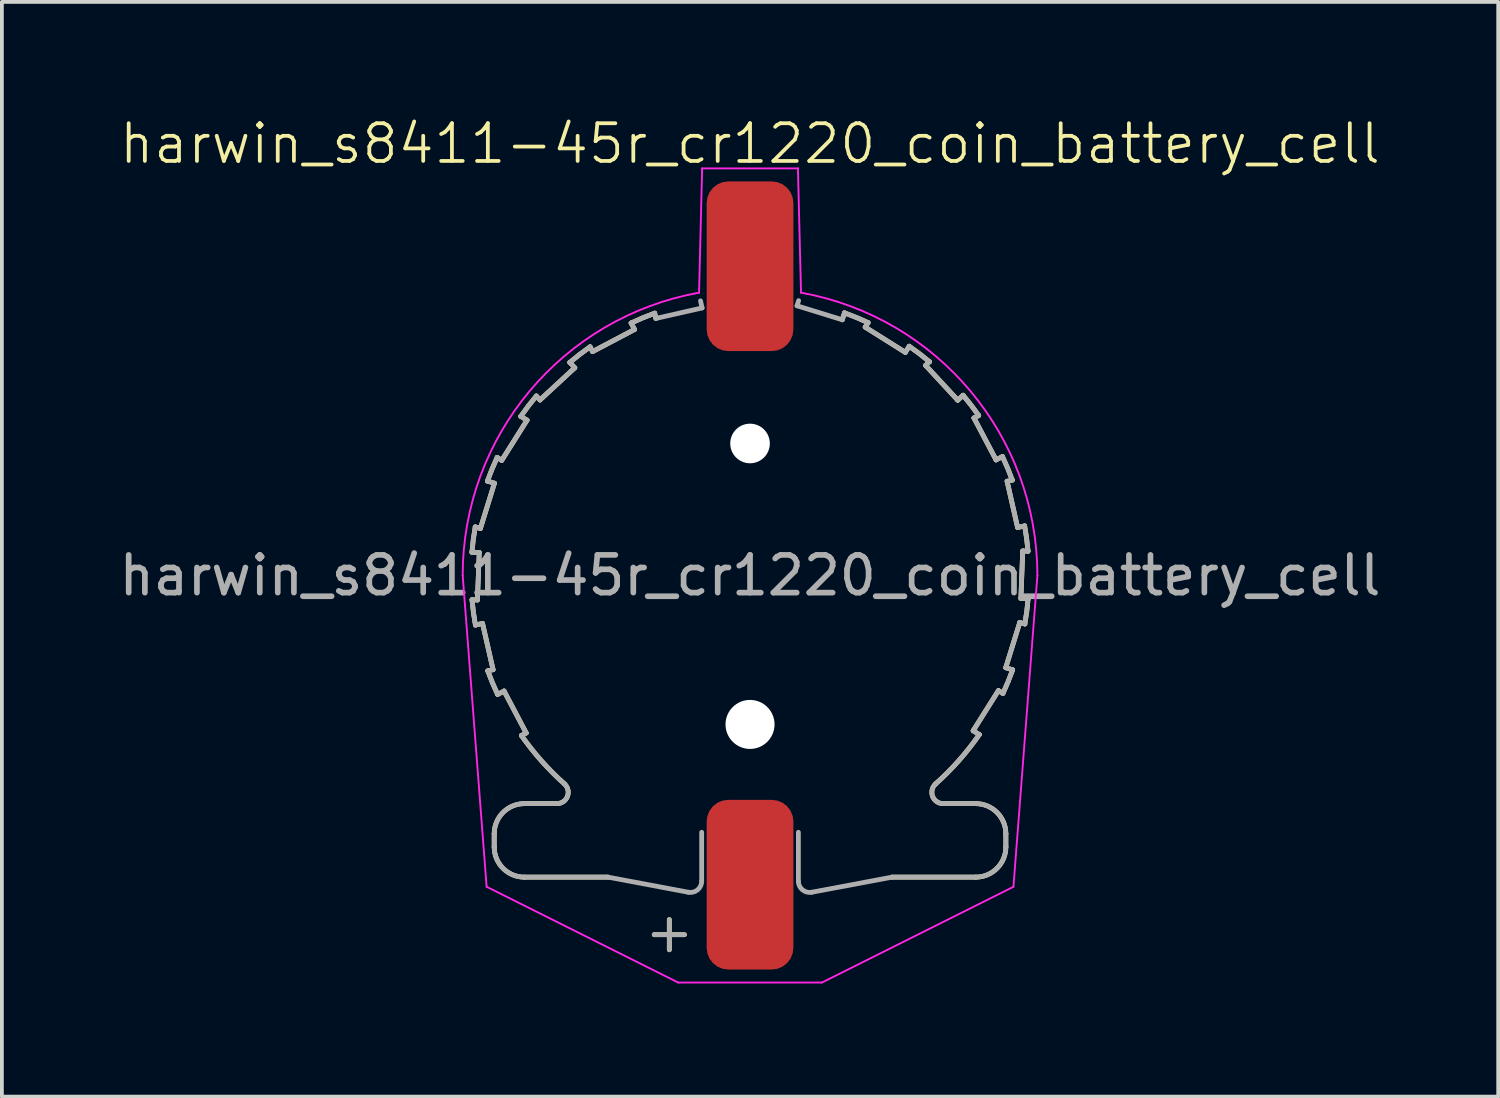
<source format=kicad_pcb>
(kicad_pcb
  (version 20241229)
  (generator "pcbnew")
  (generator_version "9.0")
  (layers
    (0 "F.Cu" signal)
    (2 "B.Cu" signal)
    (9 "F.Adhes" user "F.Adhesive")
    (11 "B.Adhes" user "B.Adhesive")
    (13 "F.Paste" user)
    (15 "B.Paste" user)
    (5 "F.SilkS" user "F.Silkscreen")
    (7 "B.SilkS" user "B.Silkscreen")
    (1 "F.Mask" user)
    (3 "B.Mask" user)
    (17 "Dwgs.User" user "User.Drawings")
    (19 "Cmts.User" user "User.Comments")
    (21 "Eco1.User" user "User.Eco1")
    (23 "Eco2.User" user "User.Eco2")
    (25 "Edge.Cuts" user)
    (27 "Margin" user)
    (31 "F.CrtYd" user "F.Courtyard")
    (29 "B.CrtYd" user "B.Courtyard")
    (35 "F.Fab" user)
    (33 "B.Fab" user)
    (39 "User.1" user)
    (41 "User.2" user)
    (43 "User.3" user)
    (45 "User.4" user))
  (footprint "harwin_s8411-45r_cr1220_coin_battery_cell"
    (layer "F.Cu")
    (at 16.839 12.21)
    (property "Reference" "harwin_s8411-45r_cr1220_coin_battery_cell" (at 0 -11.45 0) (unlocked yes) (layer "F.SilkS") (effects (font (size 1 1) (thickness 0.1))))
    (attr smd)
    (fp_line (start -7.372 0.643) (end -7.229 0.649) (stroke (width 0.127) (type solid)) (layer "F.SilkS"))
    (fp_line (start -7.287 -1.287) (end -7.15 -1.245) (stroke (width 0.127) (type solid)) (layer "F.SilkS"))
    (fp_line (start -7.229 0.649) (end -7.18 -0.608) (stroke (width 0.127) (type solid)) (layer "F.SilkS"))
    (fp_line (start -7.18 -0.608) (end -7.374 -0.615) (stroke (width 0.127) (type solid)) (layer "F.SilkS"))
    (fp_line (start -7.15 -1.245) (end -6.778 -2.446) (stroke (width 0.127) (type solid)) (layer "F.SilkS"))
    (fp_line (start -7.093 1.272) (end -7.282 1.315) (stroke (width 0.127) (type solid)) (layer "F.SilkS"))
    (fp_line (start -6.954 2.53) (end -6.814 2.498) (stroke (width 0.127) (type solid)) (layer "F.SilkS"))
    (fp_line (start -6.814 2.498) (end -7.093 1.272) (stroke (width 0.127) (type solid)) (layer "F.SilkS"))
    (fp_line (start -6.784 6.85) (end -6.784 7.2) (stroke (width 0.127) (type solid)) (layer "F.SilkS"))
    (fp_line (start -6.778 -2.446) (end -6.964 -2.503) (stroke (width 0.127) (type solid)) (layer "F.SilkS"))
    (fp_line (start -6.706 -3.13) (end -6.584 -3.053) (stroke (width 0.127) (type solid)) (layer "F.SilkS"))
    (fp_line (start -6.584 -3.053) (end -5.914 -4.117) (stroke (width 0.127) (type solid)) (layer "F.SilkS"))
    (fp_line (start -6.522 3.065) (end -6.694 3.155) (stroke (width 0.127) (type solid)) (layer "F.SilkS"))
    (fp_line (start -6.062 4.244) (end -5.936 4.177) (stroke (width 0.127) (type solid)) (layer "F.SilkS"))
    (fp_line (start -5.984 8) (end -3.764 8) (stroke (width 0.127) (type solid)) (layer "F.SilkS"))
    (fp_line (start -5.936 4.177) (end -6.522 3.065) (stroke (width 0.127) (type solid)) (layer "F.SilkS"))
    (fp_line (start -5.914 -4.117) (end -6.079 -4.22) (stroke (width 0.127) (type solid)) (layer "F.SilkS"))
    (fp_line (start -5.667 -4.759) (end -5.57 -4.654) (stroke (width 0.127) (type solid)) (layer "F.SilkS"))
    (fp_line (start -5.57 -4.654) (end -4.647 -5.508) (stroke (width 0.127) (type solid)) (layer "F.SilkS"))
    (fp_line (start -5.121 6.05) (end -5.984 6.05) (stroke (width 0.127) (type solid)) (layer "F.SilkS"))
    (fp_line (start -4.647 -5.508) (end -4.779 -5.65) (stroke (width 0.127) (type solid)) (layer "F.SilkS"))
    (fp_line (start -4.242 -6.063) (end -4.175 -5.937) (stroke (width 0.127) (type solid)) (layer "F.SilkS"))
    (fp_line (start -4.175 -5.937) (end -3.063 -6.523) (stroke (width 0.127) (type solid)) (layer "F.SilkS"))
    (fp_line (start -3.063 -6.523) (end -3.154 -6.694) (stroke (width 0.127) (type solid)) (layer "F.SilkS"))
    (fp_line (start -2.54 9.525) (end -1.74 9.525) (stroke (width 0.127) (type solid)) (layer "F.SilkS"))
    (fp_line (start -2.528 -6.955) (end -2.497 -6.816) (stroke (width 0.127) (type solid)) (layer "F.SilkS"))
    (fp_line (start -2.14 9.925) (end -2.14 9.125) (stroke (width 0.127) (type solid)) (layer "F.SilkS"))
    (fp_line (start 2.447 -6.78) (end 2.504 -6.963) (stroke (width 0.127) (type solid)) (layer "F.SilkS"))
    (fp_line (start 3.054 -6.585) (end 4.118 -5.916) (stroke (width 0.127) (type solid)) (layer "F.SilkS"))
    (fp_line (start 3.13 -6.705) (end 3.054 -6.585) (stroke (width 0.127) (type solid)) (layer "F.SilkS"))
    (fp_line (start 3.764 8) (end 5.984 8) (stroke (width 0.127) (type solid)) (layer "F.SilkS"))
    (fp_line (start 4.118 -5.916) (end 4.221 -6.078) (stroke (width 0.127) (type solid)) (layer "F.SilkS"))
    (fp_line (start 4.655 -5.571) (end 5.509 -4.648) (stroke (width 0.127) (type solid)) (layer "F.SilkS"))
    (fp_line (start 4.759 -5.667) (end 4.655 -5.571) (stroke (width 0.127) (type solid)) (layer "F.SilkS"))
    (fp_line (start 5.509 -4.648) (end 5.65 -4.779) (stroke (width 0.127) (type solid)) (layer "F.SilkS"))
    (fp_line (start 5.917 4.117) (end 6.079 4.219) (stroke (width 0.127) (type solid)) (layer "F.SilkS"))
    (fp_line (start 5.938 -4.177) (end 6.524 -3.065) (stroke (width 0.127) (type solid)) (layer "F.SilkS"))
    (fp_line (start 5.984 6.05) (end 5.121 6.05) (stroke (width 0.127) (type solid)) (layer "F.SilkS"))
    (fp_line (start 6.063 -4.242) (end 5.938 -4.177) (stroke (width 0.127) (type solid)) (layer "F.SilkS"))
    (fp_line (start 6.524 -3.065) (end 6.694 -3.154) (stroke (width 0.127) (type solid)) (layer "F.SilkS"))
    (fp_line (start 6.587 3.053) (end 5.917 4.117) (stroke (width 0.127) (type solid)) (layer "F.SilkS"))
    (fp_line (start 6.706 3.128) (end 6.587 3.053) (stroke (width 0.127) (type solid)) (layer "F.SilkS"))
    (fp_line (start 6.781 2.446) (end 6.964 2.502) (stroke (width 0.127) (type solid)) (layer "F.SilkS"))
    (fp_line (start 6.784 7.2) (end 6.784 6.85) (stroke (width 0.127) (type solid)) (layer "F.SilkS"))
    (fp_line (start 6.817 -2.498) (end 7.095 -1.272) (stroke (width 0.127) (type solid)) (layer "F.SilkS"))
    (fp_line (start 6.954 -2.529) (end 6.817 -2.498) (stroke (width 0.127) (type solid)) (layer "F.SilkS"))
    (fp_line (start 7.095 -1.272) (end 7.282 -1.314) (stroke (width 0.127) (type solid)) (layer "F.SilkS"))
    (fp_line (start 7.153 1.245) (end 6.781 2.446) (stroke (width 0.127) (type solid)) (layer "F.SilkS"))
    (fp_line (start 7.183 0.608) (end 7.374 0.615) (stroke (width 0.127) (type solid)) (layer "F.SilkS"))
    (fp_line (start 7.231 -0.649) (end 7.183 0.608) (stroke (width 0.127) (type solid)) (layer "F.SilkS"))
    (fp_line (start 7.287 1.286) (end 7.153 1.245) (stroke (width 0.127) (type solid)) (layer "F.SilkS"))
    (fp_line (start 7.372 -0.643) (end 7.231 -0.649) (stroke (width 0.127) (type solid)) (layer "F.SilkS"))
    (fp_arc (start -7.374393 -0.61498) (mid -7.338496 -0.952014) (end -7.287203 -1.28705) (stroke (width 0.127) (type solid)) (layer "F.SilkS"))
    (fp_arc (start -7.282253 1.31493) (mid -7.334822 0.980093) (end -7.372003 0.643201) (stroke (width 0.127) (type solid)) (layer "F.SilkS"))
    (fp_arc (start -6.963823 -2.50295) (mid -6.841909 -2.819192) (end -6.705643 -3.12952) (stroke (width 0.127) (type solid)) (layer "F.SilkS"))
    (fp_arc (start -6.783773 6.85007) (mid -6.549458 6.284385) (end -5.983773 6.05007) (stroke (width 0.127) (type solid)) (layer "F.SilkS"))
    (fp_arc (start -6.693673 3.15518) (mid -6.831123 2.845374) (end -6.954243 2.5296) (stroke (width 0.127) (type solid)) (layer "F.SilkS"))
    (fp_arc (start -6.078543 -4.22028) (mid -5.878938 -4.494163) (end -5.667003 -4.75862) (stroke (width 0.127) (type solid)) (layer "F.SilkS"))
    (fp_arc (start -5.983773 8.00007) (mid -6.549458 7.765755) (end -6.783773 7.20007) (stroke (width 0.127) (type solid)) (layer "F.SilkS"))
    (fp_arc (start -4.921753 5.52604) (mid -5.529397 4.917978) (end -6.062423 4.24355) (stroke (width 0.127) (type solid)) (layer "F.SilkS"))
    (fp_arc (start -4.921753 5.52604) (mid -4.840916 5.856821) (end -5.121283 6.05007) (stroke (width 0.127) (type solid)) (layer "F.SilkS"))
    (fp_arc (start -4.778933 -5.64987) (mid -4.515257 -5.862732) (end -4.242113 -6.0633) (stroke (width 0.127) (type solid)) (layer "F.SilkS"))
    (fp_arc (start -3.153613 -6.69431) (mid -2.843859 -6.831657) (end -2.528143 -6.95468) (stroke (width 0.127) (type solid)) (layer "F.SilkS"))
    (fp_arc (start 2.503787 -6.96348) (mid 2.819816 -6.841612) (end 3.129937 -6.70541) (stroke (width 0.127) (type solid)) (layer "F.SilkS"))
    (fp_arc (start 4.220657 -6.07826) (mid 4.494354 -5.878772) (end 4.758637 -5.66697) (stroke (width 0.127) (type solid)) (layer "F.SilkS"))
    (fp_arc (start 5.121277 6.05007) (mid 4.84091 5.856821) (end 4.921747 5.52604) (stroke (width 0.127) (type solid)) (layer "F.SilkS"))
    (fp_arc (start 5.649897 -4.77891) (mid 5.862626 -4.515413) (end 6.063077 -4.24246) (stroke (width 0.127) (type solid)) (layer "F.SilkS"))
    (fp_arc (start 5.983767 6.05007) (mid 6.549452 6.284385) (end 6.783767 6.85007) (stroke (width 0.127) (type solid)) (layer "F.SilkS"))
    (fp_arc (start 6.079287 4.21934) (mid 5.539184 4.906943) (end 4.921747 5.52604) (stroke (width 0.127) (type solid)) (layer "F.SilkS"))
    (fp_arc (start 6.694167 -3.154) (mid 6.831449 -2.844453) (end 6.954427 -2.52895) (stroke (width 0.127) (type solid)) (layer "F.SilkS"))
    (fp_arc (start 6.783767 7.20007) (mid 6.549452 7.765755) (end 5.983767 8.00007) (stroke (width 0.127) (type solid)) (layer "F.SilkS"))
    (fp_arc (start 6.964067 2.50241) (mid 6.842296 2.818386) (end 6.706197 3.12846) (stroke (width 0.127) (type solid)) (layer "F.SilkS"))
    (fp_arc (start 7.282337 -1.31425) (mid 7.334841 -0.979725) (end 7.371987 -0.643149) (stroke (width 0.127) (type solid)) (layer "F.SilkS"))
    (fp_arc (start 7.374407 0.615029) (mid 7.33855 0.951746) (end 7.287327 1.28647) (stroke (width 0.127) (type solid)) (layer "F.SilkS"))
    (fp_line (start -6.985 8.255) (end -7.62 0) (stroke (width 0.05) (type default)) (layer "F.CrtYd"))
    (fp_line (start -6.985 8.255) (end -1.905 10.795) (stroke (width 0.05) (type default)) (layer "F.CrtYd"))
    (fp_line (start -1.905 10.795) (end 1.905 10.795) (stroke (width 0.05) (type default)) (layer "F.CrtYd"))
    (fp_line (start -1.352 -7.499) (end -1.27 -10.795) (stroke (width 0.05) (type default)) (layer "F.CrtYd"))
    (fp_line (start -1.27 -10.795) (end 1.27 -10.795) (stroke (width 0.05) (type default)) (layer "F.CrtYd"))
    (fp_line (start 1.27 -10.795) (end 1.352 -7.499) (stroke (width 0.05) (type default)) (layer "F.CrtYd"))
    (fp_line (start 1.905 10.795) (end 6.985 8.255) (stroke (width 0.05) (type default)) (layer "F.CrtYd"))
    (fp_line (start 6.985 8.255) (end 7.62 0) (stroke (width 0.05) (type default)) (layer "F.CrtYd"))
    (fp_arc (start -7.62 0) (mid -5.846804 -4.886643) (end -1.352473 -7.499014) (stroke (width 0.05) (type default)) (layer "F.CrtYd"))
    (fp_arc (start 1.352473 -7.499014) (mid 5.846804 -4.886643) (end 7.62 0) (stroke (width 0.05) (type default)) (layer "F.CrtYd"))
    (fp_line (start -7.372 0.643) (end -7.229 0.649) (stroke (width 0.127) (type solid)) (layer "F.Fab"))
    (fp_line (start -7.287 -1.287) (end -7.15 -1.245) (stroke (width 0.127) (type solid)) (layer "F.Fab"))
    (fp_line (start -7.229 0.649) (end -7.18 -0.608) (stroke (width 0.127) (type solid)) (layer "F.Fab"))
    (fp_line (start -7.18 -0.608) (end -7.374 -0.615) (stroke (width 0.127) (type solid)) (layer "F.Fab"))
    (fp_line (start -7.15 -1.245) (end -6.778 -2.446) (stroke (width 0.127) (type solid)) (layer "F.Fab"))
    (fp_line (start -7.093 1.272) (end -7.282 1.315) (stroke (width 0.127) (type solid)) (layer "F.Fab"))
    (fp_line (start -6.954 2.53) (end -6.814 2.498) (stroke (width 0.127) (type solid)) (layer "F.Fab"))
    (fp_line (start -6.814 2.498) (end -7.093 1.272) (stroke (width 0.127) (type solid)) (layer "F.Fab"))
    (fp_line (start -6.784 6.85) (end -6.784 7.2) (stroke (width 0.127) (type solid)) (layer "F.Fab"))
    (fp_line (start -6.778 -2.446) (end -6.964 -2.503) (stroke (width 0.127) (type solid)) (layer "F.Fab"))
    (fp_line (start -6.706 -3.13) (end -6.584 -3.053) (stroke (width 0.127) (type solid)) (layer "F.Fab"))
    (fp_line (start -6.584 -3.053) (end -5.914 -4.117) (stroke (width 0.127) (type solid)) (layer "F.Fab"))
    (fp_line (start -6.522 3.065) (end -6.694 3.155) (stroke (width 0.127) (type solid)) (layer "F.Fab"))
    (fp_line (start -6.062 4.244) (end -5.936 4.177) (stroke (width 0.127) (type solid)) (layer "F.Fab"))
    (fp_line (start -5.984 8) (end -3.764 8) (stroke (width 0.127) (type solid)) (layer "F.Fab"))
    (fp_line (start -5.936 4.177) (end -6.522 3.065) (stroke (width 0.127) (type solid)) (layer "F.Fab"))
    (fp_line (start -5.914 -4.117) (end -6.079 -4.22) (stroke (width 0.127) (type solid)) (layer "F.Fab"))
    (fp_line (start -5.667 -4.759) (end -5.57 -4.654) (stroke (width 0.127) (type solid)) (layer "F.Fab"))
    (fp_line (start -5.57 -4.654) (end -4.647 -5.508) (stroke (width 0.127) (type solid)) (layer "F.Fab"))
    (fp_line (start -5.121 6.05) (end -5.984 6.05) (stroke (width 0.127) (type solid)) (layer "F.Fab"))
    (fp_line (start -4.647 -5.508) (end -4.779 -5.65) (stroke (width 0.127) (type solid)) (layer "F.Fab"))
    (fp_line (start -4.242 -6.063) (end -4.175 -5.937) (stroke (width 0.127) (type solid)) (layer "F.Fab"))
    (fp_line (start -4.175 -5.937) (end -3.063 -6.523) (stroke (width 0.127) (type solid)) (layer "F.Fab"))
    (fp_line (start -3.764 8) (end -1.637 8.4) (stroke (width 0.127) (type solid)) (layer "F.Fab"))
    (fp_line (start -3.063 -6.523) (end -3.154 -6.694) (stroke (width 0.127) (type solid)) (layer "F.Fab"))
    (fp_line (start -2.54 9.525) (end -1.74 9.525) (stroke (width 0.127) (type solid)) (layer "F.Fab"))
    (fp_line (start -2.528 -6.955) (end -2.497 -6.816) (stroke (width 0.127) (type solid)) (layer "F.Fab"))
    (fp_line (start -2.497 -6.816) (end -1.271 -7.094) (stroke (width 0.127) (type solid)) (layer "F.Fab"))
    (fp_line (start -2.14 9.925) (end -2.14 9.125) (stroke (width 0.127) (type solid)) (layer "F.Fab"))
    (fp_line (start -1.282 6.81) (end -1.282 8.105) (stroke (width 0.127) (type solid)) (layer "F.Fab"))
    (fp_line (start -1.271 -7.094) (end -1.313 -7.282) (stroke (width 0.127) (type solid)) (layer "F.Fab"))
    (fp_line (start 1.246 -7.151) (end 2.447 -6.78) (stroke (width 0.127) (type solid)) (layer "F.Fab"))
    (fp_line (start 1.282 8.105) (end 1.282 6.81) (stroke (width 0.127) (type solid)) (layer "F.Fab"))
    (fp_line (start 1.288 -7.287) (end 1.246 -7.151) (stroke (width 0.127) (type solid)) (layer "F.Fab"))
    (fp_line (start 1.637 8.4) (end 3.764 8) (stroke (width 0.127) (type solid)) (layer "F.Fab"))
    (fp_line (start 2.447 -6.78) (end 2.504 -6.963) (stroke (width 0.127) (type solid)) (layer "F.Fab"))
    (fp_line (start 3.054 -6.585) (end 4.118 -5.916) (stroke (width 0.127) (type solid)) (layer "F.Fab"))
    (fp_line (start 3.13 -6.705) (end 3.054 -6.585) (stroke (width 0.127) (type solid)) (layer "F.Fab"))
    (fp_line (start 3.764 8) (end 5.984 8) (stroke (width 0.127) (type solid)) (layer "F.Fab"))
    (fp_line (start 4.118 -5.916) (end 4.221 -6.078) (stroke (width 0.127) (type solid)) (layer "F.Fab"))
    (fp_line (start 4.655 -5.571) (end 5.509 -4.648) (stroke (width 0.127) (type solid)) (layer "F.Fab"))
    (fp_line (start 4.759 -5.667) (end 4.655 -5.571) (stroke (width 0.127) (type solid)) (layer "F.Fab"))
    (fp_line (start 5.509 -4.648) (end 5.65 -4.779) (stroke (width 0.127) (type solid)) (layer "F.Fab"))
    (fp_line (start 5.917 4.117) (end 6.079 4.219) (stroke (width 0.127) (type solid)) (layer "F.Fab"))
    (fp_line (start 5.938 -4.177) (end 6.524 -3.065) (stroke (width 0.127) (type solid)) (layer "F.Fab"))
    (fp_line (start 5.984 6.05) (end 5.121 6.05) (stroke (width 0.127) (type solid)) (layer "F.Fab"))
    (fp_line (start 6.063 -4.242) (end 5.938 -4.177) (stroke (width 0.127) (type solid)) (layer "F.Fab"))
    (fp_line (start 6.524 -3.065) (end 6.694 -3.154) (stroke (width 0.127) (type solid)) (layer "F.Fab"))
    (fp_line (start 6.587 3.053) (end 5.917 4.117) (stroke (width 0.127) (type solid)) (layer "F.Fab"))
    (fp_line (start 6.706 3.128) (end 6.587 3.053) (stroke (width 0.127) (type solid)) (layer "F.Fab"))
    (fp_line (start 6.781 2.446) (end 6.964 2.502) (stroke (width 0.127) (type solid)) (layer "F.Fab"))
    (fp_line (start 6.784 7.2) (end 6.784 6.85) (stroke (width 0.127) (type solid)) (layer "F.Fab"))
    (fp_line (start 6.817 -2.498) (end 7.095 -1.272) (stroke (width 0.127) (type solid)) (layer "F.Fab"))
    (fp_line (start 6.954 -2.529) (end 6.817 -2.498) (stroke (width 0.127) (type solid)) (layer "F.Fab"))
    (fp_line (start 7.095 -1.272) (end 7.282 -1.314) (stroke (width 0.127) (type solid)) (layer "F.Fab"))
    (fp_line (start 7.153 1.245) (end 6.781 2.446) (stroke (width 0.127) (type solid)) (layer "F.Fab"))
    (fp_line (start 7.183 0.608) (end 7.374 0.615) (stroke (width 0.127) (type solid)) (layer "F.Fab"))
    (fp_line (start 7.231 -0.649) (end 7.183 0.608) (stroke (width 0.127) (type solid)) (layer "F.Fab"))
    (fp_line (start 7.287 1.286) (end 7.153 1.245) (stroke (width 0.127) (type solid)) (layer "F.Fab"))
    (fp_line (start 7.372 -0.643) (end 7.231 -0.649) (stroke (width 0.127) (type solid)) (layer "F.Fab"))
    (fp_arc (start -7.374393 -0.61498) (mid -7.338496 -0.952014) (end -7.287203 -1.28705) (stroke (width 0.127) (type solid)) (layer "F.Fab"))
    (fp_arc (start -7.282253 1.31493) (mid -7.334822 0.980093) (end -7.372003 0.643201) (stroke (width 0.127) (type solid)) (layer "F.Fab"))
    (fp_arc (start -6.963823 -2.50295) (mid -6.841909 -2.819192) (end -6.705643 -3.12952) (stroke (width 0.127) (type solid)) (layer "F.Fab"))
    (fp_arc (start -6.783773 6.85007) (mid -6.549458 6.284385) (end -5.983773 6.05007) (stroke (width 0.127) (type solid)) (layer "F.Fab"))
    (fp_arc (start -6.693673 3.15518) (mid -6.831123 2.845374) (end -6.954243 2.5296) (stroke (width 0.127) (type solid)) (layer "F.Fab"))
    (fp_arc (start -6.078543 -4.22028) (mid -5.878938 -4.494163) (end -5.667003 -4.75862) (stroke (width 0.127) (type solid)) (layer "F.Fab"))
    (fp_arc (start -5.983773 8.00007) (mid -6.549458 7.765755) (end -6.783773 7.20007) (stroke (width 0.127) (type solid)) (layer "F.Fab"))
    (fp_arc (start -4.921753 5.52604) (mid -5.529397 4.917978) (end -6.062423 4.24355) (stroke (width 0.127) (type solid)) (layer "F.Fab"))
    (fp_arc (start -4.921753 5.52604) (mid -4.840916 5.856821) (end -5.121283 6.05007) (stroke (width 0.127) (type solid)) (layer "F.Fab"))
    (fp_arc (start -4.778933 -5.64987) (mid -4.515257 -5.862732) (end -4.242113 -6.0633) (stroke (width 0.127) (type solid)) (layer "F.Fab"))
    (fp_arc (start -3.153613 -6.69431) (mid -2.843859 -6.831657) (end -2.528143 -6.95468) (stroke (width 0.127) (type solid)) (layer "F.Fab"))
    (fp_arc (start -1.281883 8.1053) (mid -1.390369 8.336216) (end -1.637364 8.40013) (stroke (width 0.127) (type solid)) (layer "F.Fab"))
    (fp_arc (start 1.637357 8.40013) (mid 1.390368 8.336213) (end 1.281888 8.1053) (stroke (width 0.127) (type solid)) (layer "F.Fab"))
    (fp_arc (start 2.503787 -6.96348) (mid 2.819816 -6.841612) (end 3.129937 -6.70541) (stroke (width 0.127) (type solid)) (layer "F.Fab"))
    (fp_arc (start 4.220657 -6.07826) (mid 4.494354 -5.878772) (end 4.758637 -5.66697) (stroke (width 0.127) (type solid)) (layer "F.Fab"))
    (fp_arc (start 5.121277 6.05007) (mid 4.84091 5.856821) (end 4.921747 5.52604) (stroke (width 0.127) (type solid)) (layer "F.Fab"))
    (fp_arc (start 5.649897 -4.77891) (mid 5.862626 -4.515413) (end 6.063077 -4.24246) (stroke (width 0.127) (type solid)) (layer "F.Fab"))
    (fp_arc (start 5.983767 6.05007) (mid 6.549452 6.284385) (end 6.783767 6.85007) (stroke (width 0.127) (type solid)) (layer "F.Fab"))
    (fp_arc (start 6.079287 4.21934) (mid 5.539184 4.906943) (end 4.921747 5.52604) (stroke (width 0.127) (type solid)) (layer "F.Fab"))
    (fp_arc (start 6.694167 -3.154) (mid 6.831449 -2.844453) (end 6.954427 -2.52895) (stroke (width 0.127) (type solid)) (layer "F.Fab"))
    (fp_arc (start 6.783767 7.20007) (mid 6.549452 7.765755) (end 5.983767 8.00007) (stroke (width 0.127) (type solid)) (layer "F.Fab"))
    (fp_arc (start 6.964067 2.50241) (mid 6.842296 2.818386) (end 6.706197 3.12846) (stroke (width 0.127) (type solid)) (layer "F.Fab"))
    (fp_arc (start 7.282337 -1.31425) (mid 7.334841 -0.979725) (end 7.371987 -0.643149) (stroke (width 0.127) (type solid)) (layer "F.Fab"))
    (fp_arc (start 7.374407 0.615029) (mid 7.33855 0.951746) (end 7.287327 1.28647) (stroke (width 0.127) (type solid)) (layer "F.Fab"))
    (fp_text user "${REFERENCE}" (at 0 0 0) (unlocked yes) (layer "F.Fab") (effects (font (size 1 1) (thickness 0.15))))
    (pad "" np_thru_hole circle (at 0 -3.5) (size 1.05 1.05) (drill 1.05) (layers "*.Cu" "*.Mask"))
    (pad "" np_thru_hole circle (at 0 3.95) (size 1.3 1.3) (drill 1.3) (layers "*.Cu" "*.Mask"))
    (pad "1" smd roundrect (at 0 -8.2) (size 2.3 4.5) (layers "F.Cu" "F.Mask" "F.Paste") (roundrect_rratio 0.25))
    (pad "2" smd roundrect (at 0 8.2) (size 2.3 4.5) (layers "F.Cu" "F.Mask" "F.Paste") (roundrect_rratio 0.25)))
  (gr_rect
    (start -3 -3)
    (end 36.679 26.03)
    (stroke (width 0.1) (type default))
    (fill no)
    (layer "Edge.Cuts")))
</source>
